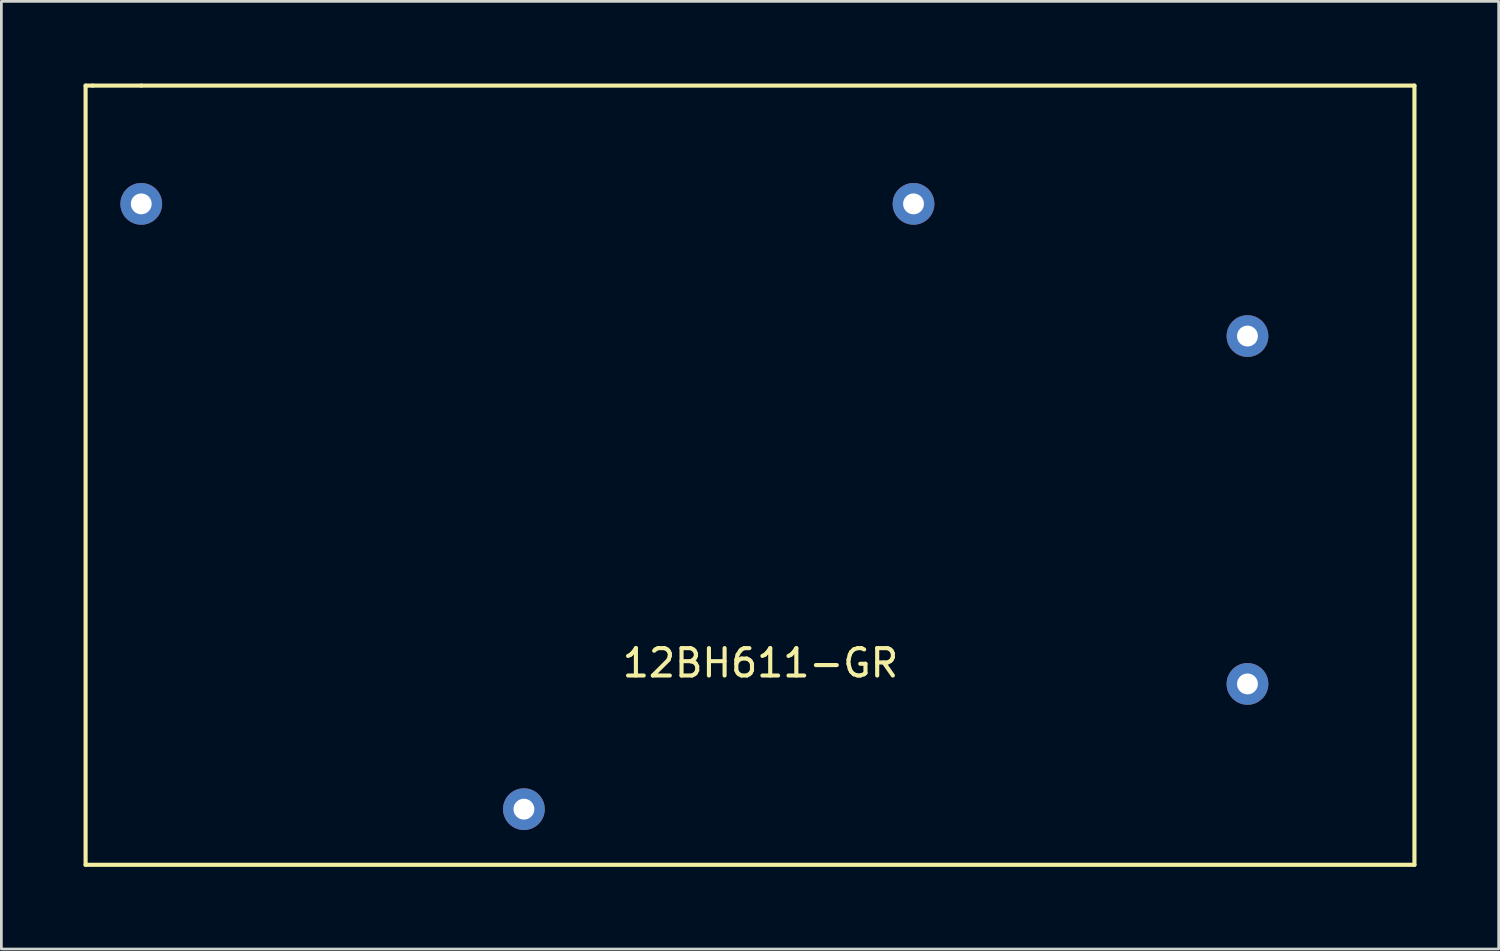
<source format=kicad_pcb>
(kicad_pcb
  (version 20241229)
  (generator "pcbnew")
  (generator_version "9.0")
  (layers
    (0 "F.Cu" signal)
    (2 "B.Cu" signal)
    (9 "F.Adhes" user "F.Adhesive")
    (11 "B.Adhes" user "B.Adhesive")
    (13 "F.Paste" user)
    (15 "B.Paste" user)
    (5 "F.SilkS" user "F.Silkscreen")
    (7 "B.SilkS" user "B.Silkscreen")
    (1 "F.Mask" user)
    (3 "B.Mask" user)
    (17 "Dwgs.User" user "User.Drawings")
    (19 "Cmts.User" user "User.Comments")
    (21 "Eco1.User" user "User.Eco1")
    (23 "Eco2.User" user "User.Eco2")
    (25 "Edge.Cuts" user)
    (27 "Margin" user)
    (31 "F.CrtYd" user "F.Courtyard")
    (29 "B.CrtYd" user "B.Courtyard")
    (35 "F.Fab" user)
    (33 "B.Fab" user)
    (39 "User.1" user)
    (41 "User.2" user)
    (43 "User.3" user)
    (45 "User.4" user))
  (footprint "12BH611-GR"
    (layer "F.Cu")
    (at 2.107 26.491)
    (property "Reference" "12BH611-GR" (at 22.606 -5.334 0) (layer "F.SilkS") (effects (font (size 1 1) (thickness 0.15))))
    (attr through_hole)
    (fp_line (start -2.032 -26.416) (end -1.778 -26.416) (stroke (width 0.15) (type solid)) (layer "F.SilkS"))
    (fp_line (start -2.032 2.032) (end -2.032 -26.416) (stroke (width 0.15) (type solid)) (layer "F.SilkS"))
    (fp_line (start -1.778 -26.416) (end 0 -26.416) (stroke (width 0.15) (type solid)) (layer "F.SilkS"))
    (fp_line (start 0 -26.416) (end 46.482 -26.416) (stroke (width 0.15) (type solid)) (layer "F.SilkS"))
    (fp_line (start 46.482 -26.416) (end 46.482 2.032) (stroke (width 0.15) (type solid)) (layer "F.SilkS"))
    (fp_line (start 46.482 2.032) (end -2.032 2.032) (stroke (width 0.15) (type solid)) (layer "F.SilkS"))
    (pad "" np_thru_hole circle (at 0 -22.098) (size 1.524 1.524) (drill 0.762) (layers "*.Cu" "*.Mask"))
    (pad "" np_thru_hole circle (at 13.97 0) (size 1.524 1.524) (drill 0.762) (layers "*.Cu" "*.Mask"))
    (pad "" np_thru_hole circle (at 28.194 -22.098) (size 1.524 1.524) (drill 0.762) (layers "*.Cu" "*.Mask"))
    (pad "1" thru_hole circle (at 40.386 -17.272) (size 1.524 1.524) (drill 0.762) (layers "*.Cu" "*.Mask"))
    (pad "2" thru_hole circle (at 40.386 -4.572) (size 1.524 1.524) (drill 0.762) (layers "*.Cu" "*.Mask")))
  (gr_rect
    (start -3 -3)
    (end 51.664 31.598)
    (stroke (width 0.1) (type default))
    (fill no)
    (layer "Edge.Cuts")))
</source>
